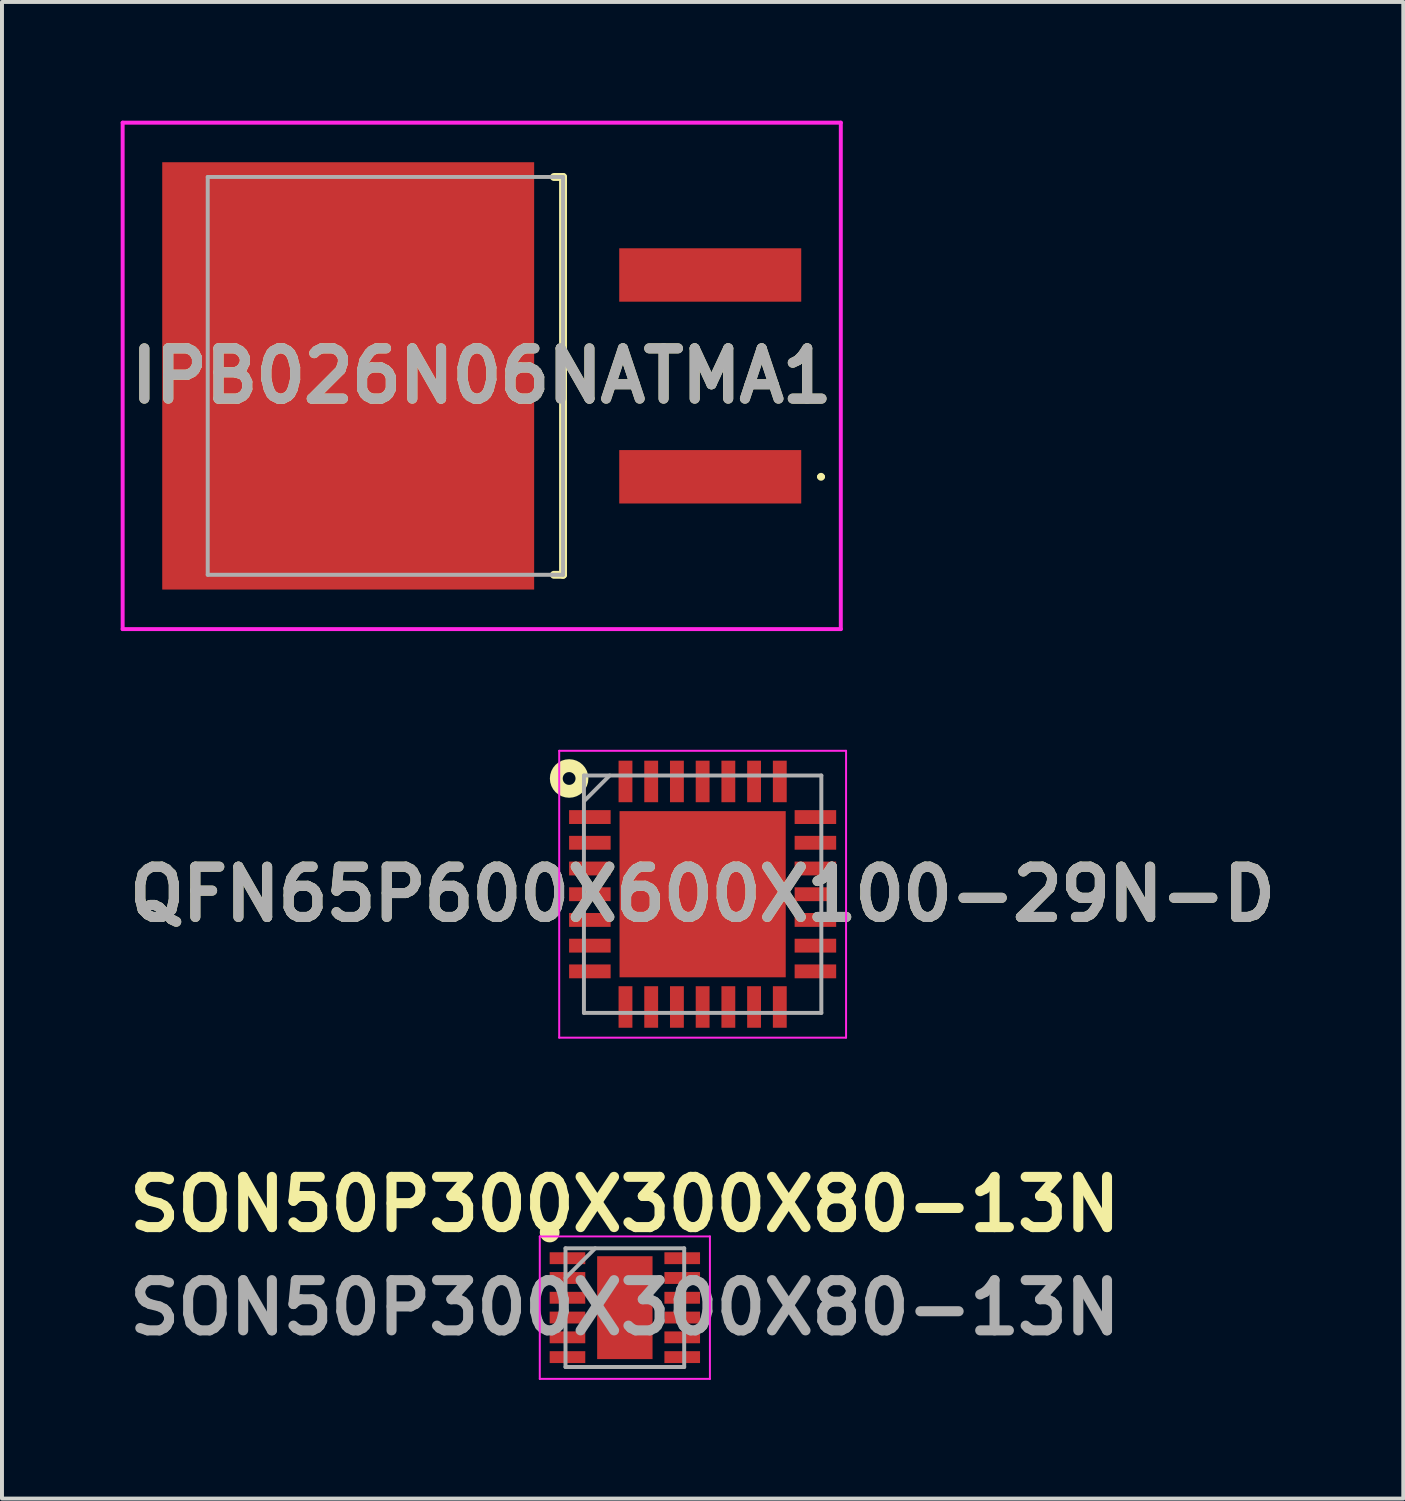
<source format=kicad_pcb>
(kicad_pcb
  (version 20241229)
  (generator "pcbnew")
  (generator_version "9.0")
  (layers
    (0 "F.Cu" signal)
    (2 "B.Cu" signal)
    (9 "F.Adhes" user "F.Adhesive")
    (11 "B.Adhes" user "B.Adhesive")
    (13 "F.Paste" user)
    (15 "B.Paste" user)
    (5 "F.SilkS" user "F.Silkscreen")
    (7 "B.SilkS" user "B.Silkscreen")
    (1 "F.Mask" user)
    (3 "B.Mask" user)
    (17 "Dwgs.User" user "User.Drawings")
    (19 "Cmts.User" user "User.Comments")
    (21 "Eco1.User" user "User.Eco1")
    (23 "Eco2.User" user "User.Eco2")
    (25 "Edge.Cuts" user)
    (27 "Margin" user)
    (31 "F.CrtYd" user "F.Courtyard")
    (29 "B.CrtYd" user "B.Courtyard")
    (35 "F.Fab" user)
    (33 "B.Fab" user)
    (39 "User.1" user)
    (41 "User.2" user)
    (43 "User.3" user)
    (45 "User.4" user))
  (footprint "IPB026N06NATMA1"
    (layer "F.Cu")
    (at 9.125 6.45)
    (property "Reference" "IPB026N06NATMA1" (at 0 0 0) (layer "F.SilkS") (effects (font (size 1.27 1.27) (thickness 0.254))))
    (attr smd)
    (fp_line (start 1.825 5.027) (end 2.055 5.027) (stroke (width 0.2) (type solid)) (layer "F.SilkS"))
    (fp_line (start 2.055 -5.027) (end 1.825 -5.027) (stroke (width 0.2) (type solid)) (layer "F.SilkS"))
    (fp_line (start 2.055 5.027) (end 2.055 -5.027) (stroke (width 0.2) (type solid)) (layer "F.SilkS"))
    (fp_line (start 8.525 2.55) (end 8.525 2.55) (stroke (width 0.1) (type solid)) (layer "F.SilkS"))
    (fp_line (start 8.625 2.55) (end 8.625 2.55) (stroke (width 0.1) (type solid)) (layer "F.SilkS"))
    (fp_arc (start 8.525 2.55) (mid 8.575 2.5) (end 8.625 2.55) (stroke (width 0.1) (type solid)) (layer "F.SilkS"))
    (fp_arc (start 8.625 2.55) (mid 8.575 2.6) (end 8.525 2.55) (stroke (width 0.1) (type solid)) (layer "F.SilkS"))
    (fp_line (start -9.075 -6.4) (end 9.075 -6.4) (stroke (width 0.1) (type solid)) (layer "F.CrtYd"))
    (fp_line (start -9.075 6.4) (end -9.075 -6.4) (stroke (width 0.1) (type solid)) (layer "F.CrtYd"))
    (fp_line (start 9.075 -6.4) (end 9.075 6.4) (stroke (width 0.1) (type solid)) (layer "F.CrtYd"))
    (fp_line (start 9.075 6.4) (end -9.075 6.4) (stroke (width 0.1) (type solid)) (layer "F.CrtYd"))
    (fp_line (start -6.925 -5.027) (end 2.055 -5.027) (stroke (width 0.1) (type solid)) (layer "F.Fab"))
    (fp_line (start -6.925 5.027) (end -6.925 -5.027) (stroke (width 0.1) (type solid)) (layer "F.Fab"))
    (fp_line (start 2.055 -5.027) (end 2.055 5.027) (stroke (width 0.1) (type solid)) (layer "F.Fab"))
    (fp_line (start 2.055 5.027) (end -6.925 5.027) (stroke (width 0.1) (type solid)) (layer "F.Fab"))
    (fp_text user "${REFERENCE}" (at 0 0 0) (layer "F.Fab") (effects (font (size 1.27 1.27) (thickness 0.254))))
    (pad "1" smd rect (at 5.775 2.55 90) (size 1.35 4.6) (layers "F.Cu" "F.Mask" "F.Paste"))
    (pad "2" smd rect (at -3.375 0) (size 9.4 10.8) (layers "F.Cu" "F.Mask" "F.Paste"))
    (pad "3" smd rect (at 5.775 -2.55 90) (size 1.35 4.6) (layers "F.Cu" "F.Mask" "F.Paste")))
  (footprint "SON50P300X300X80-13N"
    (layer "F.Cu")
    (at 12.742 29.999)
    (property "Reference" "SON50P300X300X80-13N" (at 0 -2.61 0) (layer "F.SilkS") (effects (font (size 1.27 1.27) (thickness 0.254))))
    (attr smd)
    (fp_circle (center -1.9 -1.9) (end -1.9 -1.775) (stroke (width 0.25) (type solid)) (fill no) (layer "F.SilkS"))
    (fp_line (start -2.15 -1.8) (end 2.15 -1.8) (stroke (width 0.05) (type solid)) (layer "F.CrtYd"))
    (fp_line (start -2.15 1.8) (end -2.15 -1.8) (stroke (width 0.05) (type solid)) (layer "F.CrtYd"))
    (fp_line (start 2.15 -1.8) (end 2.15 1.8) (stroke (width 0.05) (type solid)) (layer "F.CrtYd"))
    (fp_line (start 2.15 1.8) (end -2.15 1.8) (stroke (width 0.05) (type solid)) (layer "F.CrtYd"))
    (fp_line (start -1.5 -1.5) (end 1.5 -1.5) (stroke (width 0.1) (type solid)) (layer "F.Fab"))
    (fp_line (start -1.5 -0.75) (end -0.75 -1.5) (stroke (width 0.1) (type solid)) (layer "F.Fab"))
    (fp_line (start -1.5 1.5) (end -1.5 -1.5) (stroke (width 0.1) (type solid)) (layer "F.Fab"))
    (fp_line (start 1.5 -1.5) (end 1.5 1.5) (stroke (width 0.1) (type solid)) (layer "F.Fab"))
    (fp_line (start 1.5 1.5) (end -1.5 1.5) (stroke (width 0.1) (type solid)) (layer "F.Fab"))
    (fp_text user "${REFERENCE}" (at 0 0 0) (layer "F.Fab") (effects (font (size 1.27 1.27) (thickness 0.254))))
    (pad "1" smd rect (at -1.45 -1.25 90) (size 0.3 0.9) (layers "F.Cu" "F.Mask" "F.Paste"))
    (pad "2" smd rect (at -1.45 -0.75 90) (size 0.3 0.9) (layers "F.Cu" "F.Mask" "F.Paste"))
    (pad "3" smd rect (at -1.45 -0.25 90) (size 0.3 0.9) (layers "F.Cu" "F.Mask" "F.Paste"))
    (pad "4" smd rect (at -1.45 0.25 90) (size 0.3 0.9) (layers "F.Cu" "F.Mask" "F.Paste"))
    (pad "5" smd rect (at -1.45 0.75 90) (size 0.3 0.9) (layers "F.Cu" "F.Mask" "F.Paste"))
    (pad "6" smd rect (at -1.45 1.25 90) (size 0.3 0.9) (layers "F.Cu" "F.Mask" "F.Paste"))
    (pad "7" smd rect (at 1.45 1.25 90) (size 0.3 0.9) (layers "F.Cu" "F.Mask" "F.Paste"))
    (pad "8" smd rect (at 1.45 0.75 90) (size 0.3 0.9) (layers "F.Cu" "F.Mask" "F.Paste"))
    (pad "9" smd rect (at 1.45 0.25 90) (size 0.3 0.9) (layers "F.Cu" "F.Mask" "F.Paste"))
    (pad "10" smd rect (at 1.45 -0.25 90) (size 0.3 0.9) (layers "F.Cu" "F.Mask" "F.Paste"))
    (pad "11" smd rect (at 1.45 -0.75 90) (size 0.3 0.9) (layers "F.Cu" "F.Mask" "F.Paste"))
    (pad "12" smd rect (at 1.45 -1.25 90) (size 0.3 0.9) (layers "F.Cu" "F.Mask" "F.Paste"))
    (pad "13" smd rect (at 0 0) (size 1.4 2.6) (layers "F.Cu" "F.Mask" "F.Paste")))
  (footprint "QFN65P600X600X100-29N-D"
    (layer "F.Cu")
    (at 14.708 19.55)
    (property "Reference" "QFN65P600X600X100-29N-D" (at 0 0 0) (layer "F.SilkS") (effects (font (size 1.27 1.27) (thickness 0.254))))
    (attr smd)
    (fp_circle (center -3.374 -2.925) (end -3.374 -2.763) (stroke (width 0.325) (type solid)) (fill no) (layer "F.SilkS"))
    (fp_line (start -3.625 -3.625) (end 3.625 -3.625) (stroke (width 0.05) (type solid)) (layer "F.CrtYd"))
    (fp_line (start -3.625 3.625) (end -3.625 -3.625) (stroke (width 0.05) (type solid)) (layer "F.CrtYd"))
    (fp_line (start 3.625 -3.625) (end 3.625 3.625) (stroke (width 0.05) (type solid)) (layer "F.CrtYd"))
    (fp_line (start 3.625 3.625) (end -3.625 3.625) (stroke (width 0.05) (type solid)) (layer "F.CrtYd"))
    (fp_line (start -3 -3) (end 3 -3) (stroke (width 0.1) (type solid)) (layer "F.Fab"))
    (fp_line (start -3 -2.35) (end -2.35 -3) (stroke (width 0.1) (type solid)) (layer "F.Fab"))
    (fp_line (start -3 3) (end -3 -3) (stroke (width 0.1) (type solid)) (layer "F.Fab"))
    (fp_line (start 3 -3) (end 3 3) (stroke (width 0.1) (type solid)) (layer "F.Fab"))
    (fp_line (start 3 3) (end -3 3) (stroke (width 0.1) (type solid)) (layer "F.Fab"))
    (fp_text user "${REFERENCE}" (at 0 0 0) (layer "F.Fab") (effects (font (size 1.27 1.27) (thickness 0.254))))
    (pad "1" smd rect (at -2.85 -1.95 90) (size 0.35 1.05) (layers "F.Cu" "F.Mask" "F.Paste"))
    (pad "2" smd rect (at -2.85 -1.3 90) (size 0.35 1.05) (layers "F.Cu" "F.Mask" "F.Paste"))
    (pad "3" smd rect (at -2.85 -0.65 90) (size 0.35 1.05) (layers "F.Cu" "F.Mask" "F.Paste"))
    (pad "4" smd rect (at -2.85 0 90) (size 0.35 1.05) (layers "F.Cu" "F.Mask" "F.Paste"))
    (pad "5" smd rect (at -2.85 0.65 90) (size 0.35 1.05) (layers "F.Cu" "F.Mask" "F.Paste"))
    (pad "6" smd rect (at -2.85 1.3 90) (size 0.35 1.05) (layers "F.Cu" "F.Mask" "F.Paste"))
    (pad "7" smd rect (at -2.85 1.95 90) (size 0.35 1.05) (layers "F.Cu" "F.Mask" "F.Paste"))
    (pad "8" smd rect (at -1.95 2.85) (size 0.35 1.05) (layers "F.Cu" "F.Mask" "F.Paste"))
    (pad "9" smd rect (at -1.3 2.85) (size 0.35 1.05) (layers "F.Cu" "F.Mask" "F.Paste"))
    (pad "10" smd rect (at -0.65 2.85) (size 0.35 1.05) (layers "F.Cu" "F.Mask" "F.Paste"))
    (pad "11" smd rect (at 0 2.85) (size 0.35 1.05) (layers "F.Cu" "F.Mask" "F.Paste"))
    (pad "12" smd rect (at 0.65 2.85) (size 0.35 1.05) (layers "F.Cu" "F.Mask" "F.Paste"))
    (pad "13" smd rect (at 1.3 2.85) (size 0.35 1.05) (layers "F.Cu" "F.Mask" "F.Paste"))
    (pad "14" smd rect (at 1.95 2.85) (size 0.35 1.05) (layers "F.Cu" "F.Mask" "F.Paste"))
    (pad "15" smd rect (at 2.85 1.95 90) (size 0.35 1.05) (layers "F.Cu" "F.Mask" "F.Paste"))
    (pad "16" smd rect (at 2.85 1.3 90) (size 0.35 1.05) (layers "F.Cu" "F.Mask" "F.Paste"))
    (pad "17" smd rect (at 2.85 0.65 90) (size 0.35 1.05) (layers "F.Cu" "F.Mask" "F.Paste"))
    (pad "18" smd rect (at 2.85 0 90) (size 0.35 1.05) (layers "F.Cu" "F.Mask" "F.Paste"))
    (pad "19" smd rect (at 2.85 -0.65 90) (size 0.35 1.05) (layers "F.Cu" "F.Mask" "F.Paste"))
    (pad "20" smd rect (at 2.85 -1.3 90) (size 0.35 1.05) (layers "F.Cu" "F.Mask" "F.Paste"))
    (pad "21" smd rect (at 2.85 -1.95 90) (size 0.35 1.05) (layers "F.Cu" "F.Mask" "F.Paste"))
    (pad "22" smd rect (at 1.95 -2.85) (size 0.35 1.05) (layers "F.Cu" "F.Mask" "F.Paste"))
    (pad "23" smd rect (at 1.3 -2.85) (size 0.35 1.05) (layers "F.Cu" "F.Mask" "F.Paste"))
    (pad "24" smd rect (at 0.65 -2.85) (size 0.35 1.05) (layers "F.Cu" "F.Mask" "F.Paste"))
    (pad "25" smd rect (at 0 -2.85) (size 0.35 1.05) (layers "F.Cu" "F.Mask" "F.Paste"))
    (pad "26" smd rect (at -0.65 -2.85) (size 0.35 1.05) (layers "F.Cu" "F.Mask" "F.Paste"))
    (pad "27" smd rect (at -1.3 -2.85) (size 0.35 1.05) (layers "F.Cu" "F.Mask" "F.Paste"))
    (pad "28" smd rect (at -1.95 -2.85) (size 0.35 1.05) (layers "F.Cu" "F.Mask" "F.Paste"))
    (pad "29" smd rect (at 0 0) (size 4.2 4.2) (layers "F.Cu" "F.Mask" "F.Paste")))
  (gr_rect
    (start -3 -3)
    (end 32.416 34.824)
    (stroke (width 0.1) (type default))
    (fill no)
    (layer "Edge.Cuts")))
</source>
